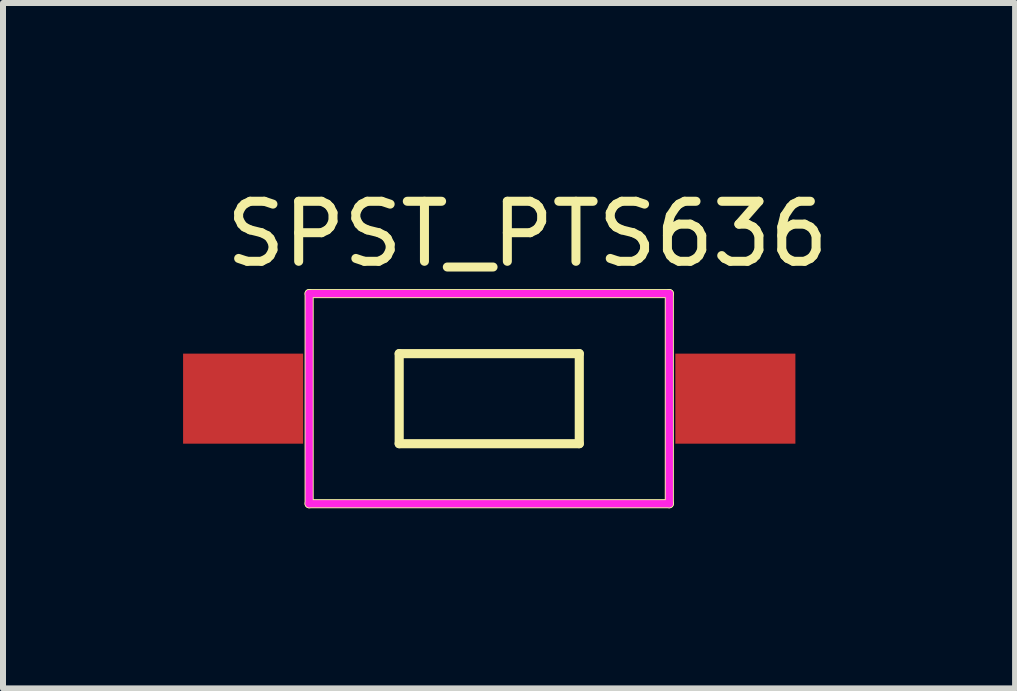
<source format=kicad_pcb>
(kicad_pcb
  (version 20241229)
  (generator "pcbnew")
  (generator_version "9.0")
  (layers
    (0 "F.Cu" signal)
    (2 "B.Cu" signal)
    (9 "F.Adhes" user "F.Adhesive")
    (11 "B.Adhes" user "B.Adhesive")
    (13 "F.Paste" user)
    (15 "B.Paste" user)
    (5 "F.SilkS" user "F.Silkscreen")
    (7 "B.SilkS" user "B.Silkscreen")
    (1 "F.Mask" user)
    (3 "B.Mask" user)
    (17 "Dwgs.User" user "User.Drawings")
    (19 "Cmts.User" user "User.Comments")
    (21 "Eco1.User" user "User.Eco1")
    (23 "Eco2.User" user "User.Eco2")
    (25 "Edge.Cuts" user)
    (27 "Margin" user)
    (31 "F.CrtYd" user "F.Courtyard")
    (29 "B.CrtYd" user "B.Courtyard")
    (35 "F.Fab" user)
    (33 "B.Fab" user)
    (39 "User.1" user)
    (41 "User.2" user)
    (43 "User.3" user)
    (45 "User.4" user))
  (footprint "SPST_PTS636"
    (layer "F.Cu")
    (at 5.1 3.591)
    (property "Reference" "SPST_PTS636" (at 0.635 -2.743 0) (layer "F.SilkS") (effects (font (size 1 1) (thickness 0.15))))
    (attr smd)
    (fp_line (start -3 -1.75) (end -3 1.75) (stroke (width 0.152) (type solid)) (layer "F.SilkS"))
    (fp_line (start -3 1.75) (end 3 1.75) (stroke (width 0.152) (type solid)) (layer "F.SilkS"))
    (fp_line (start -1.5 -0.75) (end -1.5 0.75) (stroke (width 0.152) (type solid)) (layer "F.SilkS"))
    (fp_line (start -1.5 -0.75) (end 1.5 -0.75) (stroke (width 0.152) (type solid)) (layer "F.SilkS"))
    (fp_line (start -1.5 0.75) (end 1.5 0.75) (stroke (width 0.152) (type solid)) (layer "F.SilkS"))
    (fp_line (start 1.5 0.75) (end 1.5 -0.75) (stroke (width 0.152) (type solid)) (layer "F.SilkS"))
    (fp_line (start 3 -1.75) (end -3 -1.75) (stroke (width 0.152) (type solid)) (layer "F.SilkS"))
    (fp_line (start 3 1.75) (end 3 -1.75) (stroke (width 0.152) (type solid)) (layer "F.SilkS"))
    (fp_line (start -3 -1.75) (end -3 1.75) (stroke (width 0.12) (type solid)) (layer "F.CrtYd"))
    (fp_line (start -3 1.75) (end 3 1.75) (stroke (width 0.12) (type solid)) (layer "F.CrtYd"))
    (fp_line (start 3 -1.75) (end -3 -1.75) (stroke (width 0.12) (type solid)) (layer "F.CrtYd"))
    (fp_line (start 3 1.75) (end 3 -1.75) (stroke (width 0.12) (type solid)) (layer "F.CrtYd"))
    (pad "1" smd rect (at -4.1 0) (size 2 1.5) (layers "F.Cu" "F.Mask" "F.Paste"))
    (pad "2" smd rect (at 4.1 0) (size 2 1.5) (layers "F.Cu" "F.Mask" "F.Paste")))
  (gr_rect
    (start -3 -3)
    (end 13.86 8.418)
    (stroke (width 0.1) (type default))
    (fill no)
    (layer "Edge.Cuts")))
</source>
